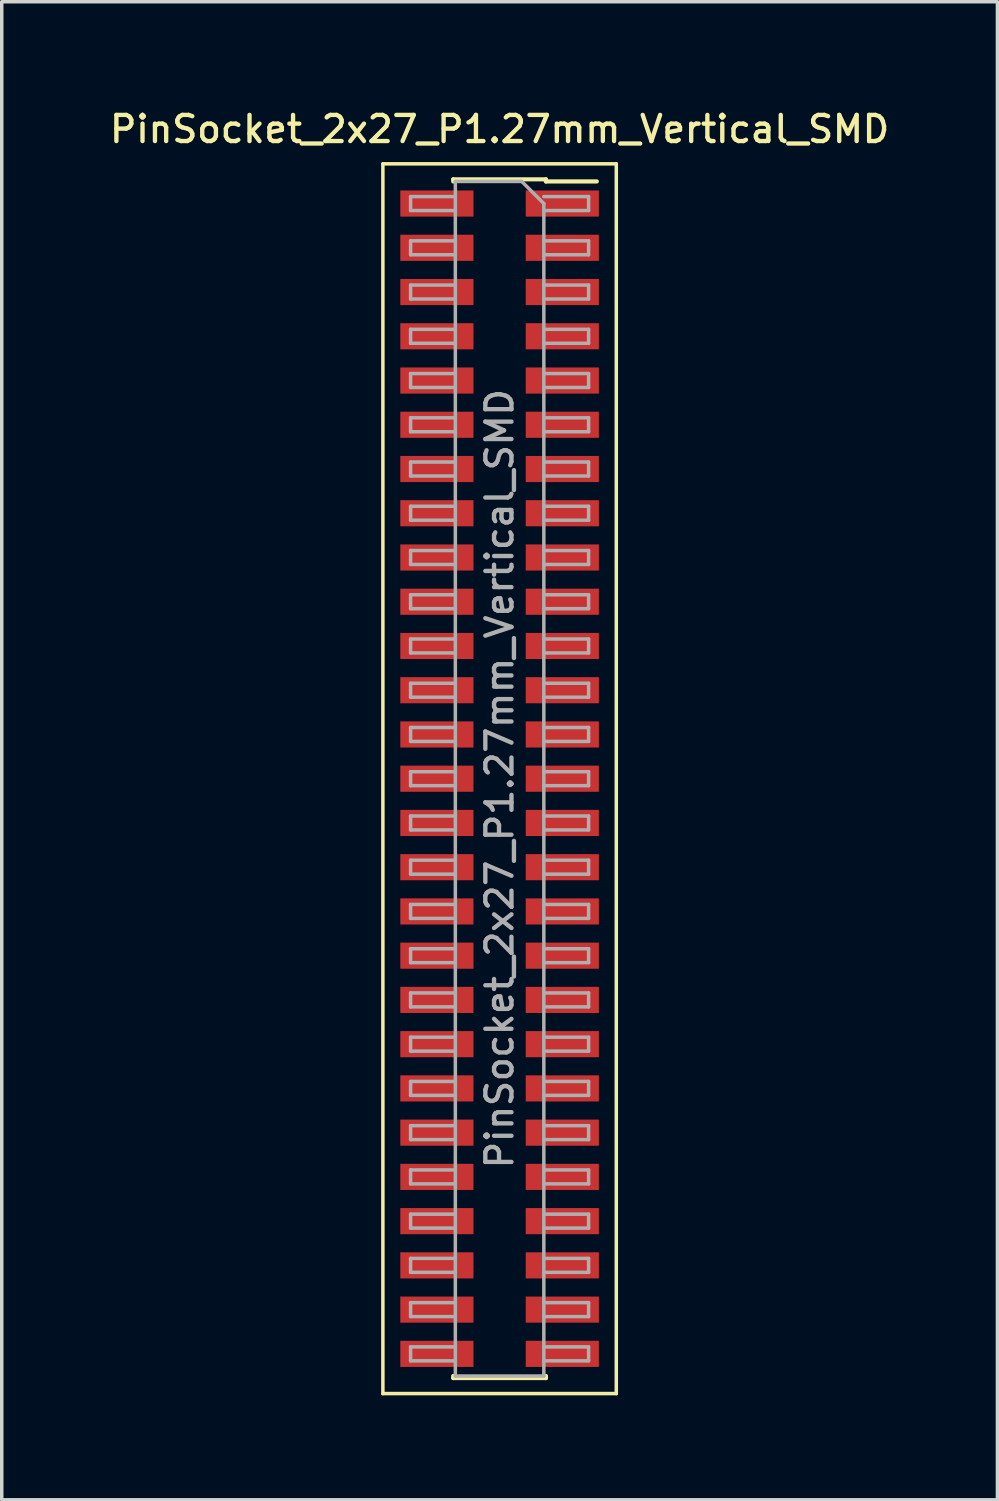
<source format=kicad_pcb>
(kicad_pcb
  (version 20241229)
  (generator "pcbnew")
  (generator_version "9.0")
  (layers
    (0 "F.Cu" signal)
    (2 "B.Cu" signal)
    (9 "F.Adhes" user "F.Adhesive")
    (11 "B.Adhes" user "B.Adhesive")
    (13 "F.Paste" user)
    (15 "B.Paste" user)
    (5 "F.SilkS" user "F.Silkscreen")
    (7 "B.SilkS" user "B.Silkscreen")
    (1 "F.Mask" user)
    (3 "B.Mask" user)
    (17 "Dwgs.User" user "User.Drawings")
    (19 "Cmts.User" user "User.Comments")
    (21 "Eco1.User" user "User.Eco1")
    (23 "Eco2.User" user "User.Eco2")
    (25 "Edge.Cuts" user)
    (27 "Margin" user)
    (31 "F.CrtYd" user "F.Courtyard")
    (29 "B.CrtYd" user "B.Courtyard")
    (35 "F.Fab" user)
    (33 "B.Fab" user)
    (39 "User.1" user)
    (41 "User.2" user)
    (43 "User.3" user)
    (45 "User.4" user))
  (footprint "PinSocket_2x27_P1.27mm_Vertical_SMD"
    (layer "F.Cu")
    (at 11.291 19.303)
    (property "Reference" "PinSocket_2x27_P1.27mm_Vertical_SMD" (at 0 -18.645 0) (layer "F.SilkS") (effects (font (size 0.75 0.75) (thickness 0.125))))
    (attr smd)
    (fp_line (start -3.35 -17.65) (end 3.35 -17.65) (stroke (width 0.1) (type solid)) (layer "F.SilkS"))
    (fp_line (start -3.35 17.65) (end -3.35 -17.65) (stroke (width 0.1) (type solid)) (layer "F.SilkS"))
    (fp_line (start -1.33 -17.205) (end -1.33 -17.145) (stroke (width 0.12) (type solid)) (layer "F.SilkS"))
    (fp_line (start -1.33 -17.205) (end 1.33 -17.205) (stroke (width 0.12) (type solid)) (layer "F.SilkS"))
    (fp_line (start -1.33 17.145) (end -1.33 17.205) (stroke (width 0.12) (type solid)) (layer "F.SilkS"))
    (fp_line (start -1.33 17.205) (end 1.33 17.205) (stroke (width 0.12) (type solid)) (layer "F.SilkS"))
    (fp_line (start 1.33 -17.205) (end 1.33 -17.145) (stroke (width 0.12) (type solid)) (layer "F.SilkS"))
    (fp_line (start 1.33 -17.145) (end 2.79 -17.145) (stroke (width 0.12) (type solid)) (layer "F.SilkS"))
    (fp_line (start 1.33 17.145) (end 1.33 17.205) (stroke (width 0.12) (type solid)) (layer "F.SilkS"))
    (fp_line (start 3.35 -17.65) (end 3.35 17.65) (stroke (width 0.1) (type solid)) (layer "F.SilkS"))
    (fp_line (start 3.35 17.65) (end -3.35 17.65) (stroke (width 0.1) (type solid)) (layer "F.SilkS"))
    (fp_line (start -2.555 -16.71) (end -1.27 -16.71) (stroke (width 0.1) (type solid)) (layer "F.Fab"))
    (fp_line (start -2.555 -16.31) (end -2.555 -16.71) (stroke (width 0.1) (type solid)) (layer "F.Fab"))
    (fp_line (start -2.555 -15.44) (end -1.27 -15.44) (stroke (width 0.1) (type solid)) (layer "F.Fab"))
    (fp_line (start -2.555 -15.04) (end -2.555 -15.44) (stroke (width 0.1) (type solid)) (layer "F.Fab"))
    (fp_line (start -2.555 -14.17) (end -1.27 -14.17) (stroke (width 0.1) (type solid)) (layer "F.Fab"))
    (fp_line (start -2.555 -13.77) (end -2.555 -14.17) (stroke (width 0.1) (type solid)) (layer "F.Fab"))
    (fp_line (start -2.555 -12.9) (end -1.27 -12.9) (stroke (width 0.1) (type solid)) (layer "F.Fab"))
    (fp_line (start -2.555 -12.5) (end -2.555 -12.9) (stroke (width 0.1) (type solid)) (layer "F.Fab"))
    (fp_line (start -2.555 -11.63) (end -1.27 -11.63) (stroke (width 0.1) (type solid)) (layer "F.Fab"))
    (fp_line (start -2.555 -11.23) (end -2.555 -11.63) (stroke (width 0.1) (type solid)) (layer "F.Fab"))
    (fp_line (start -2.555 -10.36) (end -1.27 -10.36) (stroke (width 0.1) (type solid)) (layer "F.Fab"))
    (fp_line (start -2.555 -9.96) (end -2.555 -10.36) (stroke (width 0.1) (type solid)) (layer "F.Fab"))
    (fp_line (start -2.555 -9.09) (end -1.27 -9.09) (stroke (width 0.1) (type solid)) (layer "F.Fab"))
    (fp_line (start -2.555 -8.69) (end -2.555 -9.09) (stroke (width 0.1) (type solid)) (layer "F.Fab"))
    (fp_line (start -2.555 -7.82) (end -1.27 -7.82) (stroke (width 0.1) (type solid)) (layer "F.Fab"))
    (fp_line (start -2.555 -7.42) (end -2.555 -7.82) (stroke (width 0.1) (type solid)) (layer "F.Fab"))
    (fp_line (start -2.555 -6.55) (end -1.27 -6.55) (stroke (width 0.1) (type solid)) (layer "F.Fab"))
    (fp_line (start -2.555 -6.15) (end -2.555 -6.55) (stroke (width 0.1) (type solid)) (layer "F.Fab"))
    (fp_line (start -2.555 -5.28) (end -1.27 -5.28) (stroke (width 0.1) (type solid)) (layer "F.Fab"))
    (fp_line (start -2.555 -4.88) (end -2.555 -5.28) (stroke (width 0.1) (type solid)) (layer "F.Fab"))
    (fp_line (start -2.555 -4.01) (end -1.27 -4.01) (stroke (width 0.1) (type solid)) (layer "F.Fab"))
    (fp_line (start -2.555 -3.61) (end -2.555 -4.01) (stroke (width 0.1) (type solid)) (layer "F.Fab"))
    (fp_line (start -2.555 -2.74) (end -1.27 -2.74) (stroke (width 0.1) (type solid)) (layer "F.Fab"))
    (fp_line (start -2.555 -2.34) (end -2.555 -2.74) (stroke (width 0.1) (type solid)) (layer "F.Fab"))
    (fp_line (start -2.555 -1.47) (end -1.27 -1.47) (stroke (width 0.1) (type solid)) (layer "F.Fab"))
    (fp_line (start -2.555 -1.07) (end -2.555 -1.47) (stroke (width 0.1) (type solid)) (layer "F.Fab"))
    (fp_line (start -2.555 -0.2) (end -1.27 -0.2) (stroke (width 0.1) (type solid)) (layer "F.Fab"))
    (fp_line (start -2.555 0.2) (end -2.555 -0.2) (stroke (width 0.1) (type solid)) (layer "F.Fab"))
    (fp_line (start -2.555 1.07) (end -1.27 1.07) (stroke (width 0.1) (type solid)) (layer "F.Fab"))
    (fp_line (start -2.555 1.47) (end -2.555 1.07) (stroke (width 0.1) (type solid)) (layer "F.Fab"))
    (fp_line (start -2.555 2.34) (end -1.27 2.34) (stroke (width 0.1) (type solid)) (layer "F.Fab"))
    (fp_line (start -2.555 2.74) (end -2.555 2.34) (stroke (width 0.1) (type solid)) (layer "F.Fab"))
    (fp_line (start -2.555 3.61) (end -1.27 3.61) (stroke (width 0.1) (type solid)) (layer "F.Fab"))
    (fp_line (start -2.555 4.01) (end -2.555 3.61) (stroke (width 0.1) (type solid)) (layer "F.Fab"))
    (fp_line (start -2.555 4.88) (end -1.27 4.88) (stroke (width 0.1) (type solid)) (layer "F.Fab"))
    (fp_line (start -2.555 5.28) (end -2.555 4.88) (stroke (width 0.1) (type solid)) (layer "F.Fab"))
    (fp_line (start -2.555 6.15) (end -1.27 6.15) (stroke (width 0.1) (type solid)) (layer "F.Fab"))
    (fp_line (start -2.555 6.55) (end -2.555 6.15) (stroke (width 0.1) (type solid)) (layer "F.Fab"))
    (fp_line (start -2.555 7.42) (end -1.27 7.42) (stroke (width 0.1) (type solid)) (layer "F.Fab"))
    (fp_line (start -2.555 7.82) (end -2.555 7.42) (stroke (width 0.1) (type solid)) (layer "F.Fab"))
    (fp_line (start -2.555 8.69) (end -1.27 8.69) (stroke (width 0.1) (type solid)) (layer "F.Fab"))
    (fp_line (start -2.555 9.09) (end -2.555 8.69) (stroke (width 0.1) (type solid)) (layer "F.Fab"))
    (fp_line (start -2.555 9.96) (end -1.27 9.96) (stroke (width 0.1) (type solid)) (layer "F.Fab"))
    (fp_line (start -2.555 10.36) (end -2.555 9.96) (stroke (width 0.1) (type solid)) (layer "F.Fab"))
    (fp_line (start -2.555 11.23) (end -1.27 11.23) (stroke (width 0.1) (type solid)) (layer "F.Fab"))
    (fp_line (start -2.555 11.63) (end -2.555 11.23) (stroke (width 0.1) (type solid)) (layer "F.Fab"))
    (fp_line (start -2.555 12.5) (end -1.27 12.5) (stroke (width 0.1) (type solid)) (layer "F.Fab"))
    (fp_line (start -2.555 12.9) (end -2.555 12.5) (stroke (width 0.1) (type solid)) (layer "F.Fab"))
    (fp_line (start -2.555 13.77) (end -1.27 13.77) (stroke (width 0.1) (type solid)) (layer "F.Fab"))
    (fp_line (start -2.555 14.17) (end -2.555 13.77) (stroke (width 0.1) (type solid)) (layer "F.Fab"))
    (fp_line (start -2.555 15.04) (end -1.27 15.04) (stroke (width 0.1) (type solid)) (layer "F.Fab"))
    (fp_line (start -2.555 15.44) (end -2.555 15.04) (stroke (width 0.1) (type solid)) (layer "F.Fab"))
    (fp_line (start -2.555 16.31) (end -1.27 16.31) (stroke (width 0.1) (type solid)) (layer "F.Fab"))
    (fp_line (start -2.555 16.71) (end -2.555 16.31) (stroke (width 0.1) (type solid)) (layer "F.Fab"))
    (fp_line (start -1.27 -17.145) (end 0.635 -17.145) (stroke (width 0.1) (type solid)) (layer "F.Fab"))
    (fp_line (start -1.27 -16.31) (end -2.555 -16.31) (stroke (width 0.1) (type solid)) (layer "F.Fab"))
    (fp_line (start -1.27 -15.04) (end -2.555 -15.04) (stroke (width 0.1) (type solid)) (layer "F.Fab"))
    (fp_line (start -1.27 -13.77) (end -2.555 -13.77) (stroke (width 0.1) (type solid)) (layer "F.Fab"))
    (fp_line (start -1.27 -12.5) (end -2.555 -12.5) (stroke (width 0.1) (type solid)) (layer "F.Fab"))
    (fp_line (start -1.27 -11.23) (end -2.555 -11.23) (stroke (width 0.1) (type solid)) (layer "F.Fab"))
    (fp_line (start -1.27 -9.96) (end -2.555 -9.96) (stroke (width 0.1) (type solid)) (layer "F.Fab"))
    (fp_line (start -1.27 -8.69) (end -2.555 -8.69) (stroke (width 0.1) (type solid)) (layer "F.Fab"))
    (fp_line (start -1.27 -7.42) (end -2.555 -7.42) (stroke (width 0.1) (type solid)) (layer "F.Fab"))
    (fp_line (start -1.27 -6.15) (end -2.555 -6.15) (stroke (width 0.1) (type solid)) (layer "F.Fab"))
    (fp_line (start -1.27 -4.88) (end -2.555 -4.88) (stroke (width 0.1) (type solid)) (layer "F.Fab"))
    (fp_line (start -1.27 -3.61) (end -2.555 -3.61) (stroke (width 0.1) (type solid)) (layer "F.Fab"))
    (fp_line (start -1.27 -2.34) (end -2.555 -2.34) (stroke (width 0.1) (type solid)) (layer "F.Fab"))
    (fp_line (start -1.27 -1.07) (end -2.555 -1.07) (stroke (width 0.1) (type solid)) (layer "F.Fab"))
    (fp_line (start -1.27 0.2) (end -2.555 0.2) (stroke (width 0.1) (type solid)) (layer "F.Fab"))
    (fp_line (start -1.27 1.47) (end -2.555 1.47) (stroke (width 0.1) (type solid)) (layer "F.Fab"))
    (fp_line (start -1.27 2.74) (end -2.555 2.74) (stroke (width 0.1) (type solid)) (layer "F.Fab"))
    (fp_line (start -1.27 4.01) (end -2.555 4.01) (stroke (width 0.1) (type solid)) (layer "F.Fab"))
    (fp_line (start -1.27 5.28) (end -2.555 5.28) (stroke (width 0.1) (type solid)) (layer "F.Fab"))
    (fp_line (start -1.27 6.55) (end -2.555 6.55) (stroke (width 0.1) (type solid)) (layer "F.Fab"))
    (fp_line (start -1.27 7.82) (end -2.555 7.82) (stroke (width 0.1) (type solid)) (layer "F.Fab"))
    (fp_line (start -1.27 9.09) (end -2.555 9.09) (stroke (width 0.1) (type solid)) (layer "F.Fab"))
    (fp_line (start -1.27 10.36) (end -2.555 10.36) (stroke (width 0.1) (type solid)) (layer "F.Fab"))
    (fp_line (start -1.27 11.63) (end -2.555 11.63) (stroke (width 0.1) (type solid)) (layer "F.Fab"))
    (fp_line (start -1.27 12.9) (end -2.555 12.9) (stroke (width 0.1) (type solid)) (layer "F.Fab"))
    (fp_line (start -1.27 14.17) (end -2.555 14.17) (stroke (width 0.1) (type solid)) (layer "F.Fab"))
    (fp_line (start -1.27 15.44) (end -2.555 15.44) (stroke (width 0.1) (type solid)) (layer "F.Fab"))
    (fp_line (start -1.27 16.71) (end -2.555 16.71) (stroke (width 0.1) (type solid)) (layer "F.Fab"))
    (fp_line (start -1.27 17.145) (end -1.27 -17.145) (stroke (width 0.1) (type solid)) (layer "F.Fab"))
    (fp_line (start 0.635 -17.145) (end 1.27 -16.51) (stroke (width 0.1) (type solid)) (layer "F.Fab"))
    (fp_line (start 1.27 -16.71) (end 2.555 -16.71) (stroke (width 0.1) (type solid)) (layer "F.Fab"))
    (fp_line (start 1.27 -16.51) (end 1.27 17.145) (stroke (width 0.1) (type solid)) (layer "F.Fab"))
    (fp_line (start 1.27 -15.44) (end 2.555 -15.44) (stroke (width 0.1) (type solid)) (layer "F.Fab"))
    (fp_line (start 1.27 -14.17) (end 2.555 -14.17) (stroke (width 0.1) (type solid)) (layer "F.Fab"))
    (fp_line (start 1.27 -12.9) (end 2.555 -12.9) (stroke (width 0.1) (type solid)) (layer "F.Fab"))
    (fp_line (start 1.27 -11.63) (end 2.555 -11.63) (stroke (width 0.1) (type solid)) (layer "F.Fab"))
    (fp_line (start 1.27 -10.36) (end 2.555 -10.36) (stroke (width 0.1) (type solid)) (layer "F.Fab"))
    (fp_line (start 1.27 -9.09) (end 2.555 -9.09) (stroke (width 0.1) (type solid)) (layer "F.Fab"))
    (fp_line (start 1.27 -7.82) (end 2.555 -7.82) (stroke (width 0.1) (type solid)) (layer "F.Fab"))
    (fp_line (start 1.27 -6.55) (end 2.555 -6.55) (stroke (width 0.1) (type solid)) (layer "F.Fab"))
    (fp_line (start 1.27 -5.28) (end 2.555 -5.28) (stroke (width 0.1) (type solid)) (layer "F.Fab"))
    (fp_line (start 1.27 -4.01) (end 2.555 -4.01) (stroke (width 0.1) (type solid)) (layer "F.Fab"))
    (fp_line (start 1.27 -2.74) (end 2.555 -2.74) (stroke (width 0.1) (type solid)) (layer "F.Fab"))
    (fp_line (start 1.27 -1.47) (end 2.555 -1.47) (stroke (width 0.1) (type solid)) (layer "F.Fab"))
    (fp_line (start 1.27 -0.2) (end 2.555 -0.2) (stroke (width 0.1) (type solid)) (layer "F.Fab"))
    (fp_line (start 1.27 1.07) (end 2.555 1.07) (stroke (width 0.1) (type solid)) (layer "F.Fab"))
    (fp_line (start 1.27 2.34) (end 2.555 2.34) (stroke (width 0.1) (type solid)) (layer "F.Fab"))
    (fp_line (start 1.27 3.61) (end 2.555 3.61) (stroke (width 0.1) (type solid)) (layer "F.Fab"))
    (fp_line (start 1.27 4.88) (end 2.555 4.88) (stroke (width 0.1) (type solid)) (layer "F.Fab"))
    (fp_line (start 1.27 6.15) (end 2.555 6.15) (stroke (width 0.1) (type solid)) (layer "F.Fab"))
    (fp_line (start 1.27 7.42) (end 2.555 7.42) (stroke (width 0.1) (type solid)) (layer "F.Fab"))
    (fp_line (start 1.27 8.69) (end 2.555 8.69) (stroke (width 0.1) (type solid)) (layer "F.Fab"))
    (fp_line (start 1.27 9.96) (end 2.555 9.96) (stroke (width 0.1) (type solid)) (layer "F.Fab"))
    (fp_line (start 1.27 11.23) (end 2.555 11.23) (stroke (width 0.1) (type solid)) (layer "F.Fab"))
    (fp_line (start 1.27 12.5) (end 2.555 12.5) (stroke (width 0.1) (type solid)) (layer "F.Fab"))
    (fp_line (start 1.27 13.77) (end 2.555 13.77) (stroke (width 0.1) (type solid)) (layer "F.Fab"))
    (fp_line (start 1.27 15.04) (end 2.555 15.04) (stroke (width 0.1) (type solid)) (layer "F.Fab"))
    (fp_line (start 1.27 16.31) (end 2.555 16.31) (stroke (width 0.1) (type solid)) (layer "F.Fab"))
    (fp_line (start 1.27 17.145) (end -1.27 17.145) (stroke (width 0.1) (type solid)) (layer "F.Fab"))
    (fp_line (start 2.555 -16.71) (end 2.555 -16.31) (stroke (width 0.1) (type solid)) (layer "F.Fab"))
    (fp_line (start 2.555 -16.31) (end 1.27 -16.31) (stroke (width 0.1) (type solid)) (layer "F.Fab"))
    (fp_line (start 2.555 -15.44) (end 2.555 -15.04) (stroke (width 0.1) (type solid)) (layer "F.Fab"))
    (fp_line (start 2.555 -15.04) (end 1.27 -15.04) (stroke (width 0.1) (type solid)) (layer "F.Fab"))
    (fp_line (start 2.555 -14.17) (end 2.555 -13.77) (stroke (width 0.1) (type solid)) (layer "F.Fab"))
    (fp_line (start 2.555 -13.77) (end 1.27 -13.77) (stroke (width 0.1) (type solid)) (layer "F.Fab"))
    (fp_line (start 2.555 -12.9) (end 2.555 -12.5) (stroke (width 0.1) (type solid)) (layer "F.Fab"))
    (fp_line (start 2.555 -12.5) (end 1.27 -12.5) (stroke (width 0.1) (type solid)) (layer "F.Fab"))
    (fp_line (start 2.555 -11.63) (end 2.555 -11.23) (stroke (width 0.1) (type solid)) (layer "F.Fab"))
    (fp_line (start 2.555 -11.23) (end 1.27 -11.23) (stroke (width 0.1) (type solid)) (layer "F.Fab"))
    (fp_line (start 2.555 -10.36) (end 2.555 -9.96) (stroke (width 0.1) (type solid)) (layer "F.Fab"))
    (fp_line (start 2.555 -9.96) (end 1.27 -9.96) (stroke (width 0.1) (type solid)) (layer "F.Fab"))
    (fp_line (start 2.555 -9.09) (end 2.555 -8.69) (stroke (width 0.1) (type solid)) (layer "F.Fab"))
    (fp_line (start 2.555 -8.69) (end 1.27 -8.69) (stroke (width 0.1) (type solid)) (layer "F.Fab"))
    (fp_line (start 2.555 -7.82) (end 2.555 -7.42) (stroke (width 0.1) (type solid)) (layer "F.Fab"))
    (fp_line (start 2.555 -7.42) (end 1.27 -7.42) (stroke (width 0.1) (type solid)) (layer "F.Fab"))
    (fp_line (start 2.555 -6.55) (end 2.555 -6.15) (stroke (width 0.1) (type solid)) (layer "F.Fab"))
    (fp_line (start 2.555 -6.15) (end 1.27 -6.15) (stroke (width 0.1) (type solid)) (layer "F.Fab"))
    (fp_line (start 2.555 -5.28) (end 2.555 -4.88) (stroke (width 0.1) (type solid)) (layer "F.Fab"))
    (fp_line (start 2.555 -4.88) (end 1.27 -4.88) (stroke (width 0.1) (type solid)) (layer "F.Fab"))
    (fp_line (start 2.555 -4.01) (end 2.555 -3.61) (stroke (width 0.1) (type solid)) (layer "F.Fab"))
    (fp_line (start 2.555 -3.61) (end 1.27 -3.61) (stroke (width 0.1) (type solid)) (layer "F.Fab"))
    (fp_line (start 2.555 -2.74) (end 2.555 -2.34) (stroke (width 0.1) (type solid)) (layer "F.Fab"))
    (fp_line (start 2.555 -2.34) (end 1.27 -2.34) (stroke (width 0.1) (type solid)) (layer "F.Fab"))
    (fp_line (start 2.555 -1.47) (end 2.555 -1.07) (stroke (width 0.1) (type solid)) (layer "F.Fab"))
    (fp_line (start 2.555 -1.07) (end 1.27 -1.07) (stroke (width 0.1) (type solid)) (layer "F.Fab"))
    (fp_line (start 2.555 -0.2) (end 2.555 0.2) (stroke (width 0.1) (type solid)) (layer "F.Fab"))
    (fp_line (start 2.555 0.2) (end 1.27 0.2) (stroke (width 0.1) (type solid)) (layer "F.Fab"))
    (fp_line (start 2.555 1.07) (end 2.555 1.47) (stroke (width 0.1) (type solid)) (layer "F.Fab"))
    (fp_line (start 2.555 1.47) (end 1.27 1.47) (stroke (width 0.1) (type solid)) (layer "F.Fab"))
    (fp_line (start 2.555 2.34) (end 2.555 2.74) (stroke (width 0.1) (type solid)) (layer "F.Fab"))
    (fp_line (start 2.555 2.74) (end 1.27 2.74) (stroke (width 0.1) (type solid)) (layer "F.Fab"))
    (fp_line (start 2.555 3.61) (end 2.555 4.01) (stroke (width 0.1) (type solid)) (layer "F.Fab"))
    (fp_line (start 2.555 4.01) (end 1.27 4.01) (stroke (width 0.1) (type solid)) (layer "F.Fab"))
    (fp_line (start 2.555 4.88) (end 2.555 5.28) (stroke (width 0.1) (type solid)) (layer "F.Fab"))
    (fp_line (start 2.555 5.28) (end 1.27 5.28) (stroke (width 0.1) (type solid)) (layer "F.Fab"))
    (fp_line (start 2.555 6.15) (end 2.555 6.55) (stroke (width 0.1) (type solid)) (layer "F.Fab"))
    (fp_line (start 2.555 6.55) (end 1.27 6.55) (stroke (width 0.1) (type solid)) (layer "F.Fab"))
    (fp_line (start 2.555 7.42) (end 2.555 7.82) (stroke (width 0.1) (type solid)) (layer "F.Fab"))
    (fp_line (start 2.555 7.82) (end 1.27 7.82) (stroke (width 0.1) (type solid)) (layer "F.Fab"))
    (fp_line (start 2.555 8.69) (end 2.555 9.09) (stroke (width 0.1) (type solid)) (layer "F.Fab"))
    (fp_line (start 2.555 9.09) (end 1.27 9.09) (stroke (width 0.1) (type solid)) (layer "F.Fab"))
    (fp_line (start 2.555 9.96) (end 2.555 10.36) (stroke (width 0.1) (type solid)) (layer "F.Fab"))
    (fp_line (start 2.555 10.36) (end 1.27 10.36) (stroke (width 0.1) (type solid)) (layer "F.Fab"))
    (fp_line (start 2.555 11.23) (end 2.555 11.63) (stroke (width 0.1) (type solid)) (layer "F.Fab"))
    (fp_line (start 2.555 11.63) (end 1.27 11.63) (stroke (width 0.1) (type solid)) (layer "F.Fab"))
    (fp_line (start 2.555 12.5) (end 2.555 12.9) (stroke (width 0.1) (type solid)) (layer "F.Fab"))
    (fp_line (start 2.555 12.9) (end 1.27 12.9) (stroke (width 0.1) (type solid)) (layer "F.Fab"))
    (fp_line (start 2.555 13.77) (end 2.555 14.17) (stroke (width 0.1) (type solid)) (layer "F.Fab"))
    (fp_line (start 2.555 14.17) (end 1.27 14.17) (stroke (width 0.1) (type solid)) (layer "F.Fab"))
    (fp_line (start 2.555 15.04) (end 2.555 15.44) (stroke (width 0.1) (type solid)) (layer "F.Fab"))
    (fp_line (start 2.555 15.44) (end 1.27 15.44) (stroke (width 0.1) (type solid)) (layer "F.Fab"))
    (fp_line (start 2.555 16.31) (end 2.555 16.71) (stroke (width 0.1) (type solid)) (layer "F.Fab"))
    (fp_line (start 2.555 16.71) (end 1.27 16.71) (stroke (width 0.1) (type solid)) (layer "F.Fab"))
    (fp_text user "${REFERENCE}" (at 0 0 90) (layer "F.Fab") (effects (font (size 0.75 0.75) (thickness 0.125))))
    (pad "1" smd rect (at 1.8 -16.51) (size 2.1 0.75) (layers "F.Cu" "F.Mask" "F.Paste"))
    (pad "2" smd rect (at -1.8 -16.51) (size 2.1 0.75) (layers "F.Cu" "F.Mask" "F.Paste"))
    (pad "3" smd rect (at 1.8 -15.24) (size 2.1 0.75) (layers "F.Cu" "F.Mask" "F.Paste"))
    (pad "4" smd rect (at -1.8 -15.24) (size 2.1 0.75) (layers "F.Cu" "F.Mask" "F.Paste"))
    (pad "5" smd rect (at 1.8 -13.97) (size 2.1 0.75) (layers "F.Cu" "F.Mask" "F.Paste"))
    (pad "6" smd rect (at -1.8 -13.97) (size 2.1 0.75) (layers "F.Cu" "F.Mask" "F.Paste"))
    (pad "7" smd rect (at 1.8 -12.7) (size 2.1 0.75) (layers "F.Cu" "F.Mask" "F.Paste"))
    (pad "8" smd rect (at -1.8 -12.7) (size 2.1 0.75) (layers "F.Cu" "F.Mask" "F.Paste"))
    (pad "9" smd rect (at 1.8 -11.43) (size 2.1 0.75) (layers "F.Cu" "F.Mask" "F.Paste"))
    (pad "10" smd rect (at -1.8 -11.43) (size 2.1 0.75) (layers "F.Cu" "F.Mask" "F.Paste"))
    (pad "11" smd rect (at 1.8 -10.16) (size 2.1 0.75) (layers "F.Cu" "F.Mask" "F.Paste"))
    (pad "12" smd rect (at -1.8 -10.16) (size 2.1 0.75) (layers "F.Cu" "F.Mask" "F.Paste"))
    (pad "13" smd rect (at 1.8 -8.89) (size 2.1 0.75) (layers "F.Cu" "F.Mask" "F.Paste"))
    (pad "14" smd rect (at -1.8 -8.89) (size 2.1 0.75) (layers "F.Cu" "F.Mask" "F.Paste"))
    (pad "15" smd rect (at 1.8 -7.62) (size 2.1 0.75) (layers "F.Cu" "F.Mask" "F.Paste"))
    (pad "16" smd rect (at -1.8 -7.62) (size 2.1 0.75) (layers "F.Cu" "F.Mask" "F.Paste"))
    (pad "17" smd rect (at 1.8 -6.35) (size 2.1 0.75) (layers "F.Cu" "F.Mask" "F.Paste"))
    (pad "18" smd rect (at -1.8 -6.35) (size 2.1 0.75) (layers "F.Cu" "F.Mask" "F.Paste"))
    (pad "19" smd rect (at 1.8 -5.08) (size 2.1 0.75) (layers "F.Cu" "F.Mask" "F.Paste"))
    (pad "20" smd rect (at -1.8 -5.08) (size 2.1 0.75) (layers "F.Cu" "F.Mask" "F.Paste"))
    (pad "21" smd rect (at 1.8 -3.81) (size 2.1 0.75) (layers "F.Cu" "F.Mask" "F.Paste"))
    (pad "22" smd rect (at -1.8 -3.81) (size 2.1 0.75) (layers "F.Cu" "F.Mask" "F.Paste"))
    (pad "23" smd rect (at 1.8 -2.54) (size 2.1 0.75) (layers "F.Cu" "F.Mask" "F.Paste"))
    (pad "24" smd rect (at -1.8 -2.54) (size 2.1 0.75) (layers "F.Cu" "F.Mask" "F.Paste"))
    (pad "25" smd rect (at 1.8 -1.27) (size 2.1 0.75) (layers "F.Cu" "F.Mask" "F.Paste"))
    (pad "26" smd rect (at -1.8 -1.27) (size 2.1 0.75) (layers "F.Cu" "F.Mask" "F.Paste"))
    (pad "27" smd rect (at 1.8 0) (size 2.1 0.75) (layers "F.Cu" "F.Mask" "F.Paste"))
    (pad "28" smd rect (at -1.8 0) (size 2.1 0.75) (layers "F.Cu" "F.Mask" "F.Paste"))
    (pad "29" smd rect (at 1.8 1.27) (size 2.1 0.75) (layers "F.Cu" "F.Mask" "F.Paste"))
    (pad "30" smd rect (at -1.8 1.27) (size 2.1 0.75) (layers "F.Cu" "F.Mask" "F.Paste"))
    (pad "31" smd rect (at 1.8 2.54) (size 2.1 0.75) (layers "F.Cu" "F.Mask" "F.Paste"))
    (pad "32" smd rect (at -1.8 2.54) (size 2.1 0.75) (layers "F.Cu" "F.Mask" "F.Paste"))
    (pad "33" smd rect (at 1.8 3.81) (size 2.1 0.75) (layers "F.Cu" "F.Mask" "F.Paste"))
    (pad "34" smd rect (at -1.8 3.81) (size 2.1 0.75) (layers "F.Cu" "F.Mask" "F.Paste"))
    (pad "35" smd rect (at 1.8 5.08) (size 2.1 0.75) (layers "F.Cu" "F.Mask" "F.Paste"))
    (pad "36" smd rect (at -1.8 5.08) (size 2.1 0.75) (layers "F.Cu" "F.Mask" "F.Paste"))
    (pad "37" smd rect (at 1.8 6.35) (size 2.1 0.75) (layers "F.Cu" "F.Mask" "F.Paste"))
    (pad "38" smd rect (at -1.8 6.35) (size 2.1 0.75) (layers "F.Cu" "F.Mask" "F.Paste"))
    (pad "39" smd rect (at 1.8 7.62) (size 2.1 0.75) (layers "F.Cu" "F.Mask" "F.Paste"))
    (pad "40" smd rect (at -1.8 7.62) (size 2.1 0.75) (layers "F.Cu" "F.Mask" "F.Paste"))
    (pad "41" smd rect (at 1.8 8.89) (size 2.1 0.75) (layers "F.Cu" "F.Mask" "F.Paste"))
    (pad "42" smd rect (at -1.8 8.89) (size 2.1 0.75) (layers "F.Cu" "F.Mask" "F.Paste"))
    (pad "43" smd rect (at 1.8 10.16) (size 2.1 0.75) (layers "F.Cu" "F.Mask" "F.Paste"))
    (pad "44" smd rect (at -1.8 10.16) (size 2.1 0.75) (layers "F.Cu" "F.Mask" "F.Paste"))
    (pad "45" smd rect (at 1.8 11.43) (size 2.1 0.75) (layers "F.Cu" "F.Mask" "F.Paste"))
    (pad "46" smd rect (at -1.8 11.43) (size 2.1 0.75) (layers "F.Cu" "F.Mask" "F.Paste"))
    (pad "47" smd rect (at 1.8 12.7) (size 2.1 0.75) (layers "F.Cu" "F.Mask" "F.Paste"))
    (pad "48" smd rect (at -1.8 12.7) (size 2.1 0.75) (layers "F.Cu" "F.Mask" "F.Paste"))
    (pad "49" smd rect (at 1.8 13.97) (size 2.1 0.75) (layers "F.Cu" "F.Mask" "F.Paste"))
    (pad "50" smd rect (at -1.8 13.97) (size 2.1 0.75) (layers "F.Cu" "F.Mask" "F.Paste"))
    (pad "51" smd rect (at 1.8 15.24) (size 2.1 0.75) (layers "F.Cu" "F.Mask" "F.Paste"))
    (pad "52" smd rect (at -1.8 15.24) (size 2.1 0.75) (layers "F.Cu" "F.Mask" "F.Paste"))
    (pad "53" smd rect (at 1.8 16.51) (size 2.1 0.75) (layers "F.Cu" "F.Mask" "F.Paste"))
    (pad "54" smd rect (at -1.8 16.51) (size 2.1 0.75) (layers "F.Cu" "F.Mask" "F.Paste")))
  (gr_rect
    (start -3 -3)
    (end 25.582 40.003)
    (stroke (width 0.1) (type default))
    (fill no)
    (layer "Edge.Cuts")))
</source>
